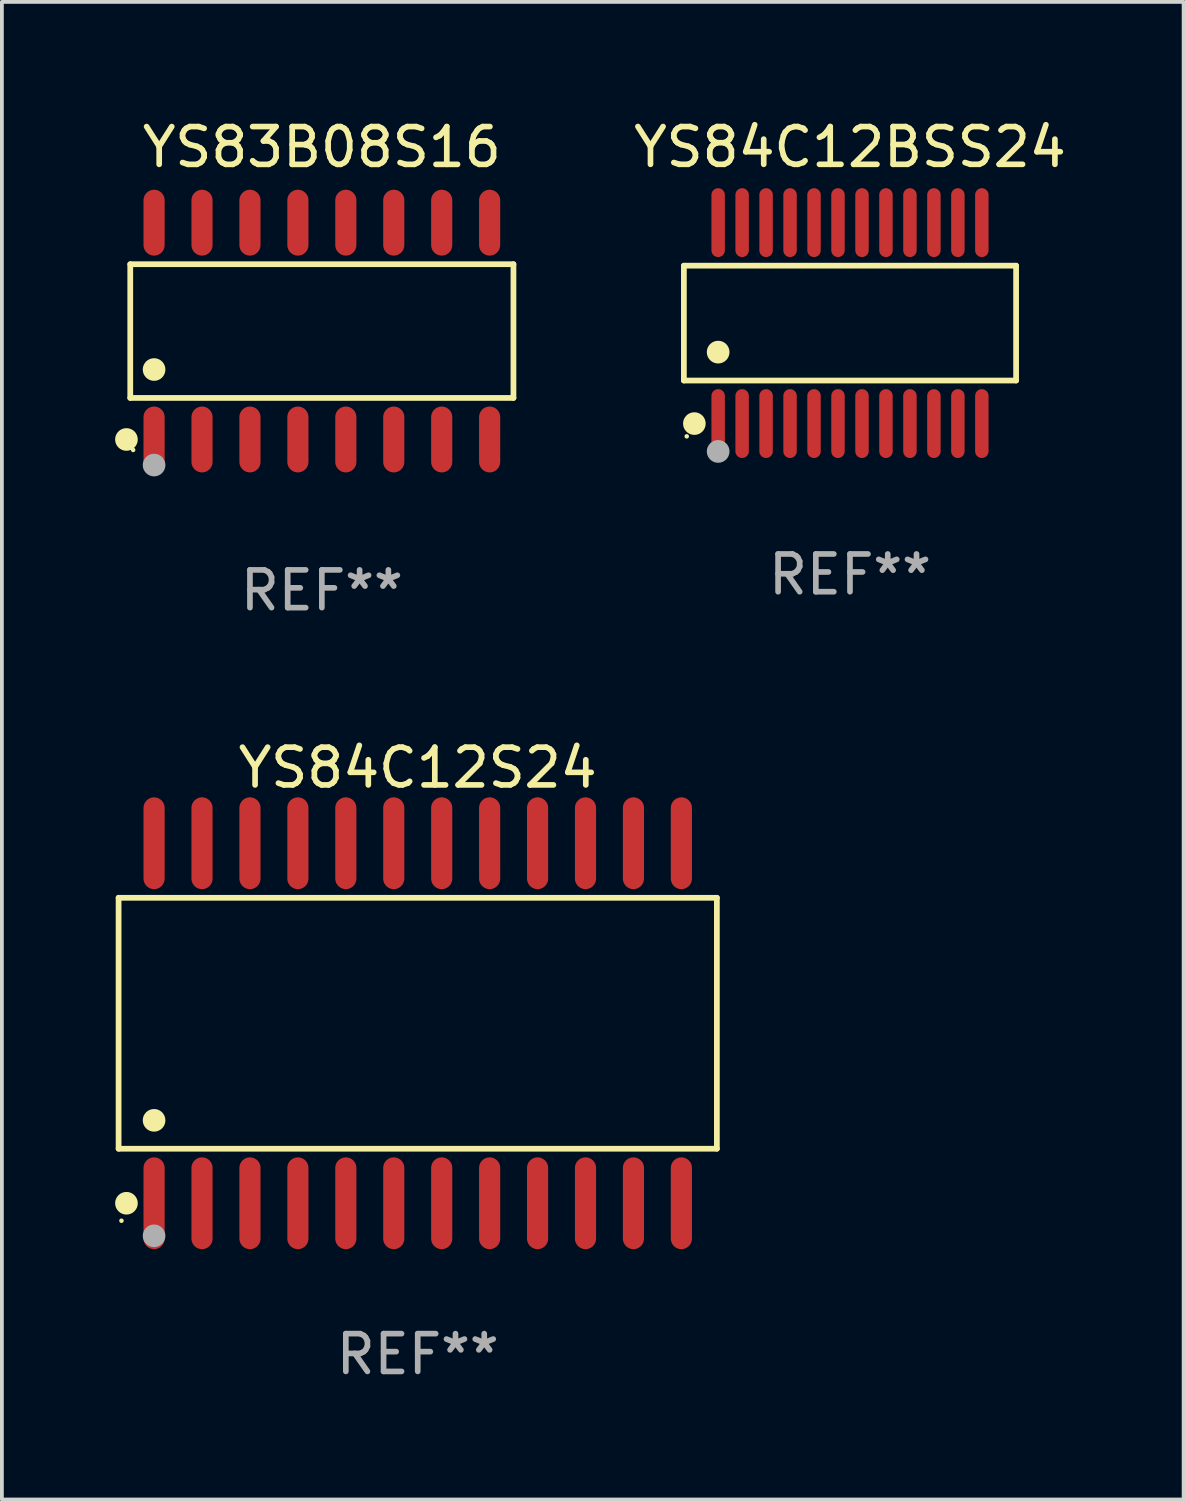
<source format=kicad_pcb>
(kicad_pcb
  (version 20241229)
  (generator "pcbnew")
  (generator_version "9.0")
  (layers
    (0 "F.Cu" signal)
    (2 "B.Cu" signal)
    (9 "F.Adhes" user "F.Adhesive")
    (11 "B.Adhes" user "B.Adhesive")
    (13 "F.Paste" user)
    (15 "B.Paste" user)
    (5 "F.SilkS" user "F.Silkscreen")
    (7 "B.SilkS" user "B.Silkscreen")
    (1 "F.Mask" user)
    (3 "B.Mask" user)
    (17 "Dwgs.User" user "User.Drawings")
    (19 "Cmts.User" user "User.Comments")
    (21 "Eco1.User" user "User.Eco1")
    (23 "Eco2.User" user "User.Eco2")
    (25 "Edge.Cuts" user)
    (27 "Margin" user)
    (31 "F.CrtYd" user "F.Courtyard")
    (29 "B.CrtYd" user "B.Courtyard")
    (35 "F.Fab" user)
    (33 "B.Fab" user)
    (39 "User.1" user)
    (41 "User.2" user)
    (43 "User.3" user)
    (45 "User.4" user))
  (footprint "YS84C12BSS24"
    (layer "F.Cu")
    (at 19.469 5.51)
    (property "Reference" "YS84C12BSS24" (at 0 -4.662 0) (layer "F.SilkS") (effects (font (size 1 1) (thickness 0.15))))
    (attr through_hole)
    (fp_line (start -4.401 -1.521) (end 4.401 -1.521) (stroke (width 0.152) (type solid)) (layer "F.SilkS"))
    (fp_line (start -4.401 1.521) (end -4.401 -1.521) (stroke (width 0.152) (type solid)) (layer "F.SilkS"))
    (fp_line (start 4.401 -1.521) (end 4.401 1.521) (stroke (width 0.152) (type solid)) (layer "F.SilkS"))
    (fp_line (start 4.401 1.521) (end -4.401 1.521) (stroke (width 0.152) (type solid)) (layer "F.SilkS"))
    (fp_circle (center -4.325 3) (end -4.295 3) (stroke (width 0.06) (type solid)) (fill no) (layer "F.SilkS"))
    (fp_circle (center -4.123 2.662) (end -3.973 2.662) (stroke (width 0.3) (type solid)) (fill no) (layer "F.SilkS"))
    (fp_circle (center -3.493 0.769) (end -3.342 0.769) (stroke (width 0.3) (type solid)) (fill no) (layer "F.SilkS"))
    (fp_circle (center -3.493 3.4) (end -3.342 3.4) (stroke (width 0.3) (type solid)) (fill no) (layer "F.Fab"))
    (fp_text user "REF**" (at 0 6.662 0) (layer "F.Fab") (effects (font (size 1 1) (thickness 0.15))))
    (pad "1" smd oval (at -3.493 2.662) (size 0.356 1.824) (layers "F.Cu" "F.Mask" "F.Paste"))
    (pad "2" smd oval (at -2.858 2.662) (size 0.356 1.824) (layers "F.Cu" "F.Mask" "F.Paste"))
    (pad "3" smd oval (at -2.223 2.662) (size 0.356 1.824) (layers "F.Cu" "F.Mask" "F.Paste"))
    (pad "4" smd oval (at -1.588 2.662) (size 0.356 1.824) (layers "F.Cu" "F.Mask" "F.Paste"))
    (pad "5" smd oval (at -0.953 2.662) (size 0.356 1.824) (layers "F.Cu" "F.Mask" "F.Paste"))
    (pad "6" smd oval (at -0.318 2.662) (size 0.356 1.824) (layers "F.Cu" "F.Mask" "F.Paste"))
    (pad "7" smd oval (at 0.318 2.662) (size 0.356 1.824) (layers "F.Cu" "F.Mask" "F.Paste"))
    (pad "8" smd oval (at 0.953 2.662) (size 0.356 1.824) (layers "F.Cu" "F.Mask" "F.Paste"))
    (pad "9" smd oval (at 1.588 2.662) (size 0.356 1.824) (layers "F.Cu" "F.Mask" "F.Paste"))
    (pad "10" smd oval (at 2.223 2.662) (size 0.356 1.824) (layers "F.Cu" "F.Mask" "F.Paste"))
    (pad "11" smd oval (at 2.858 2.662) (size 0.356 1.824) (layers "F.Cu" "F.Mask" "F.Paste"))
    (pad "12" smd oval (at 3.493 2.662) (size 0.356 1.824) (layers "F.Cu" "F.Mask" "F.Paste"))
    (pad "13" smd oval (at 3.493 -2.662) (size 0.356 1.824) (layers "F.Cu" "F.Mask" "F.Paste"))
    (pad "14" smd oval (at 2.858 -2.662) (size 0.356 1.824) (layers "F.Cu" "F.Mask" "F.Paste"))
    (pad "15" smd oval (at 2.223 -2.662) (size 0.356 1.824) (layers "F.Cu" "F.Mask" "F.Paste"))
    (pad "16" smd oval (at 1.588 -2.662) (size 0.356 1.824) (layers "F.Cu" "F.Mask" "F.Paste"))
    (pad "17" smd oval (at 0.953 -2.662) (size 0.356 1.824) (layers "F.Cu" "F.Mask" "F.Paste"))
    (pad "18" smd oval (at 0.318 -2.662) (size 0.356 1.824) (layers "F.Cu" "F.Mask" "F.Paste"))
    (pad "19" smd oval (at -0.318 -2.662) (size 0.356 1.824) (layers "F.Cu" "F.Mask" "F.Paste"))
    (pad "20" smd oval (at -0.953 -2.662) (size 0.356 1.824) (layers "F.Cu" "F.Mask" "F.Paste"))
    (pad "21" smd oval (at -1.588 -2.662) (size 0.356 1.824) (layers "F.Cu" "F.Mask" "F.Paste"))
    (pad "22" smd oval (at -2.223 -2.662) (size 0.356 1.824) (layers "F.Cu" "F.Mask" "F.Paste"))
    (pad "23" smd oval (at -2.858 -2.662) (size 0.356 1.824) (layers "F.Cu" "F.Mask" "F.Paste"))
    (pad "24" smd oval (at -3.493 -2.662) (size 0.356 1.824) (layers "F.Cu" "F.Mask" "F.Paste")))
  (footprint "YS83B08S16"
    (layer "F.Cu")
    (at 5.477 5.721)
    (property "Reference" "YS83B08S16" (at 0 -4.872 0) (layer "F.SilkS") (effects (font (size 1 1) (thickness 0.15))))
    (attr through_hole)
    (fp_line (start -5.076 -1.771) (end 5.076 -1.771) (stroke (width 0.152) (type solid)) (layer "F.SilkS"))
    (fp_line (start -5.076 1.771) (end -5.076 -1.771) (stroke (width 0.152) (type solid)) (layer "F.SilkS"))
    (fp_line (start 5.076 -1.771) (end 5.076 1.771) (stroke (width 0.152) (type solid)) (layer "F.SilkS"))
    (fp_line (start 5.076 1.771) (end -5.076 1.771) (stroke (width 0.152) (type solid)) (layer "F.SilkS"))
    (fp_circle (center -5.177 2.872) (end -5.027 2.872) (stroke (width 0.3) (type solid)) (fill no) (layer "F.SilkS"))
    (fp_circle (center -5 3.15) (end -4.97 3.15) (stroke (width 0.06) (type solid)) (fill no) (layer "F.SilkS"))
    (fp_circle (center -4.445 1.019) (end -4.295 1.019) (stroke (width 0.3) (type solid)) (fill no) (layer "F.SilkS"))
    (fp_circle (center -4.445 3.55) (end -4.295 3.55) (stroke (width 0.3) (type solid)) (fill no) (layer "F.Fab"))
    (fp_text user "REF**" (at 0 6.872 0) (layer "F.Fab") (effects (font (size 1 1) (thickness 0.15))))
    (pad "1" smd oval (at -4.445 2.872) (size 0.56 1.745) (layers "F.Cu" "F.Mask" "F.Paste"))
    (pad "2" smd oval (at -3.175 2.872) (size 0.56 1.745) (layers "F.Cu" "F.Mask" "F.Paste"))
    (pad "3" smd oval (at -1.905 2.872) (size 0.56 1.745) (layers "F.Cu" "F.Mask" "F.Paste"))
    (pad "4" smd oval (at -0.635 2.872) (size 0.56 1.745) (layers "F.Cu" "F.Mask" "F.Paste"))
    (pad "5" smd oval (at 0.635 2.872) (size 0.56 1.745) (layers "F.Cu" "F.Mask" "F.Paste"))
    (pad "6" smd oval (at 1.905 2.872) (size 0.56 1.745) (layers "F.Cu" "F.Mask" "F.Paste"))
    (pad "7" smd oval (at 3.175 2.872) (size 0.56 1.745) (layers "F.Cu" "F.Mask" "F.Paste"))
    (pad "8" smd oval (at 4.445 2.872) (size 0.56 1.745) (layers "F.Cu" "F.Mask" "F.Paste"))
    (pad "9" smd oval (at 4.445 -2.872) (size 0.56 1.745) (layers "F.Cu" "F.Mask" "F.Paste"))
    (pad "10" smd oval (at 3.175 -2.872) (size 0.56 1.745) (layers "F.Cu" "F.Mask" "F.Paste"))
    (pad "11" smd oval (at 1.905 -2.872) (size 0.56 1.745) (layers "F.Cu" "F.Mask" "F.Paste"))
    (pad "12" smd oval (at 0.635 -2.872) (size 0.56 1.745) (layers "F.Cu" "F.Mask" "F.Paste"))
    (pad "13" smd oval (at -0.635 -2.872) (size 0.56 1.745) (layers "F.Cu" "F.Mask" "F.Paste"))
    (pad "14" smd oval (at -1.905 -2.872) (size 0.56 1.745) (layers "F.Cu" "F.Mask" "F.Paste"))
    (pad "15" smd oval (at -3.175 -2.872) (size 0.56 1.745) (layers "F.Cu" "F.Mask" "F.Paste"))
    (pad "16" smd oval (at -4.445 -2.872) (size 0.56 1.745) (layers "F.Cu" "F.Mask" "F.Paste")))
  (footprint "YS84C12S24"
    (layer "F.Cu")
    (at 8.017 24.059)
    (property "Reference" "YS84C12S24" (at 0 -6.769 0) (layer "F.SilkS") (effects (font (size 1 1) (thickness 0.15))))
    (attr through_hole)
    (fp_line (start -7.925 -3.324) (end 7.925 -3.324) (stroke (width 0.152) (type solid)) (layer "F.SilkS"))
    (fp_line (start -7.925 3.324) (end -7.925 -3.324) (stroke (width 0.152) (type solid)) (layer "F.SilkS"))
    (fp_line (start 7.925 -3.324) (end 7.925 3.324) (stroke (width 0.152) (type solid)) (layer "F.SilkS"))
    (fp_line (start 7.925 3.324) (end -7.925 3.324) (stroke (width 0.152) (type solid)) (layer "F.SilkS"))
    (fp_circle (center -7.849 5.232) (end -7.819 5.232) (stroke (width 0.06) (type solid)) (fill no) (layer "F.SilkS"))
    (fp_circle (center -7.717 4.769) (end -7.567 4.769) (stroke (width 0.3) (type solid)) (fill no) (layer "F.SilkS"))
    (fp_circle (center -6.985 2.572) (end -6.835 2.572) (stroke (width 0.3) (type solid)) (fill no) (layer "F.SilkS"))
    (fp_circle (center -6.985 5.632) (end -6.835 5.632) (stroke (width 0.3) (type solid)) (fill no) (layer "F.Fab"))
    (fp_text user "REF**" (at 0 8.769 0) (layer "F.Fab") (effects (font (size 1 1) (thickness 0.15))))
    (pad "1" smd oval (at -6.985 4.769) (size 0.56 2.432) (layers "F.Cu" "F.Mask" "F.Paste"))
    (pad "2" smd oval (at -5.715 4.769) (size 0.56 2.432) (layers "F.Cu" "F.Mask" "F.Paste"))
    (pad "3" smd oval (at -4.445 4.769) (size 0.56 2.432) (layers "F.Cu" "F.Mask" "F.Paste"))
    (pad "4" smd oval (at -3.175 4.769) (size 0.56 2.432) (layers "F.Cu" "F.Mask" "F.Paste"))
    (pad "5" smd oval (at -1.905 4.769) (size 0.56 2.432) (layers "F.Cu" "F.Mask" "F.Paste"))
    (pad "6" smd oval (at -0.635 4.769) (size 0.56 2.432) (layers "F.Cu" "F.Mask" "F.Paste"))
    (pad "7" smd oval (at 0.635 4.769) (size 0.56 2.432) (layers "F.Cu" "F.Mask" "F.Paste"))
    (pad "8" smd oval (at 1.905 4.769) (size 0.56 2.432) (layers "F.Cu" "F.Mask" "F.Paste"))
    (pad "9" smd oval (at 3.175 4.769) (size 0.56 2.432) (layers "F.Cu" "F.Mask" "F.Paste"))
    (pad "10" smd oval (at 4.445 4.769) (size 0.56 2.432) (layers "F.Cu" "F.Mask" "F.Paste"))
    (pad "11" smd oval (at 5.715 4.769) (size 0.56 2.432) (layers "F.Cu" "F.Mask" "F.Paste"))
    (pad "12" smd oval (at 6.985 4.769) (size 0.56 2.432) (layers "F.Cu" "F.Mask" "F.Paste"))
    (pad "13" smd oval (at 6.985 -4.769) (size 0.56 2.432) (layers "F.Cu" "F.Mask" "F.Paste"))
    (pad "14" smd oval (at 5.715 -4.769) (size 0.56 2.432) (layers "F.Cu" "F.Mask" "F.Paste"))
    (pad "15" smd oval (at 4.445 -4.769) (size 0.56 2.432) (layers "F.Cu" "F.Mask" "F.Paste"))
    (pad "16" smd oval (at 3.175 -4.769) (size 0.56 2.432) (layers "F.Cu" "F.Mask" "F.Paste"))
    (pad "17" smd oval (at 1.905 -4.769) (size 0.56 2.432) (layers "F.Cu" "F.Mask" "F.Paste"))
    (pad "18" smd oval (at 0.635 -4.769) (size 0.56 2.432) (layers "F.Cu" "F.Mask" "F.Paste"))
    (pad "19" smd oval (at -0.635 -4.769) (size 0.56 2.432) (layers "F.Cu" "F.Mask" "F.Paste"))
    (pad "20" smd oval (at -1.905 -4.769) (size 0.56 2.432) (layers "F.Cu" "F.Mask" "F.Paste"))
    (pad "21" smd oval (at -3.175 -4.769) (size 0.56 2.432) (layers "F.Cu" "F.Mask" "F.Paste"))
    (pad "22" smd oval (at -4.445 -4.769) (size 0.56 2.432) (layers "F.Cu" "F.Mask" "F.Paste"))
    (pad "23" smd oval (at -5.715 -4.769) (size 0.56 2.432) (layers "F.Cu" "F.Mask" "F.Paste"))
    (pad "24" smd oval (at -6.985 -4.769) (size 0.56 2.432) (layers "F.Cu" "F.Mask" "F.Paste")))
  (gr_rect
    (start -3 -3)
    (end 28.308 36.676)
    (stroke (width 0.1) (type default))
    (fill no)
    (layer "Edge.Cuts")))
</source>
